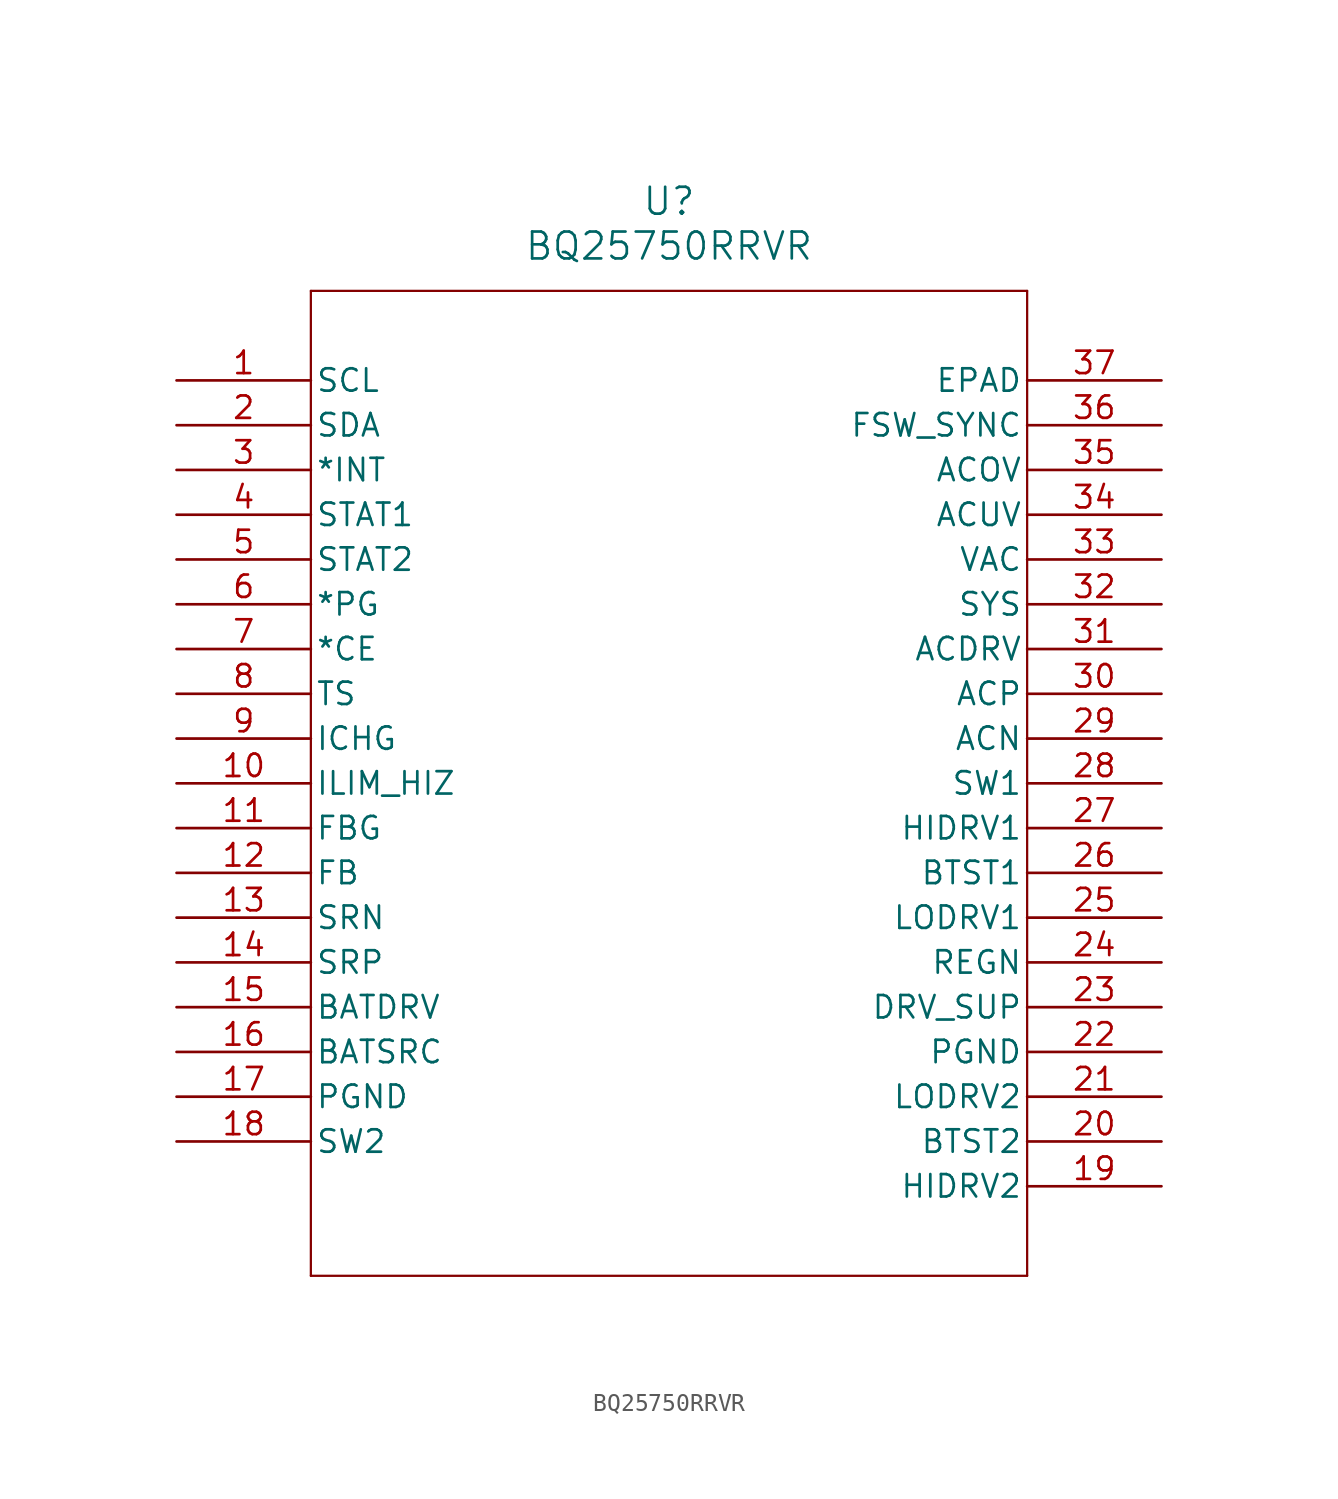
<source format=kicad_sym>
(kicad_symbol_lib
  (version 20211014)
  (generator kicad_symbol_editor)
  (symbol "BQ25750RRVR"
    (pin_names
      (offset 0.254))
    (property "Reference" "U"
      (at 27.94 10.16 0)
      (effects (font (size 1.524 1.524))))
    (property "Value" "BQ25750RRVR"
      (at 27.94 7.62 0)
      (effects (font (size 1.524 1.524))))
    (symbol "BQ25750RRVR_0_1"
      (polyline (pts (xy 7.62 5.08) (xy 7.62 -50.8)) (stroke (width 0.127) (type default) (color 0 0 0 0)) (fill (type none)))
      (polyline (pts (xy 7.62 -50.8) (xy 48.26 -50.8)) (stroke (width 0.127) (type default) (color 0 0 0 0)) (fill (type none)))
      (polyline (pts (xy 48.26 -50.8) (xy 48.26 5.08)) (stroke (width 0.127) (type default) (color 0 0 0 0)) (fill (type none)))
      (polyline (pts (xy 48.26 5.08) (xy 7.62 5.08)) (stroke (width 0.127) (type default) (color 0 0 0 0)) (fill (type none)))
      (pin input line (at 0 0 0) (length 7.62) (name "SCL" (effects (font (size 1.27 1.27)))) (number "1" (effects (font (size 1.27 1.27)))))
      (pin bidirectional line (at 0 -2.54 0) (length 7.62) (name "SDA" (effects (font (size 1.27 1.27)))) (number "2" (effects (font (size 1.27 1.27)))))
      (pin output line (at 0 -5.08 0) (length 7.62) (name "*INT" (effects (font (size 1.27 1.27)))) (number "3" (effects (font (size 1.27 1.27)))))
      (pin output line (at 0 -7.62 0) (length 7.62) (name "STAT1" (effects (font (size 1.27 1.27)))) (number "4" (effects (font (size 1.27 1.27)))))
      (pin output line (at 0 -10.16 0) (length 7.62) (name "STAT2" (effects (font (size 1.27 1.27)))) (number "5" (effects (font (size 1.27 1.27)))))
      (pin output line (at 0 -12.7 0) (length 7.62) (name "*PG" (effects (font (size 1.27 1.27)))) (number "6" (effects (font (size 1.27 1.27)))))
      (pin bidirectional line (at 0 -15.24 0) (length 7.62) (name "*CE" (effects (font (size 1.27 1.27)))) (number "7" (effects (font (size 1.27 1.27)))))
      (pin input line (at 0 -17.78 0) (length 7.62) (name "TS" (effects (font (size 1.27 1.27)))) (number "8" (effects (font (size 1.27 1.27)))))
      (pin input line (at 0 -20.32 0) (length 7.62) (name "ICHG" (effects (font (size 1.27 1.27)))) (number "9" (effects (font (size 1.27 1.27)))))
      (pin input line (at 0 -22.86 0) (length 7.62) (name "ILIM_HIZ" (effects (font (size 1.27 1.27)))) (number "10" (effects (font (size 1.27 1.27)))))
      (pin input line (at 0 -25.4 0) (length 7.62) (name "FBG" (effects (font (size 1.27 1.27)))) (number "11" (effects (font (size 1.27 1.27)))))
      (pin input line (at 0 -27.94 0) (length 7.62) (name "FB" (effects (font (size 1.27 1.27)))) (number "12" (effects (font (size 1.27 1.27)))))
      (pin input line (at 0 -30.48 0) (length 7.62) (name "SRN" (effects (font (size 1.27 1.27)))) (number "13" (effects (font (size 1.27 1.27)))))
      (pin input line (at 0 -33.02 0) (length 7.62) (name "SRP" (effects (font (size 1.27 1.27)))) (number "14" (effects (font (size 1.27 1.27)))))
      (pin output line (at 0 -35.56 0) (length 7.62) (name "BATDRV" (effects (font (size 1.27 1.27)))) (number "15" (effects (font (size 1.27 1.27)))))
      (pin input line (at 0 -38.1 0) (length 7.62) (name "BATSRC" (effects (font (size 1.27 1.27)))) (number "16" (effects (font (size 1.27 1.27)))))
      (pin power_out line (at 0 -40.64 0) (length 7.62) (name "PGND" (effects (font (size 1.27 1.27)))) (number "17" (effects (font (size 1.27 1.27)))))
      (pin power_in line (at 0 -43.18 0) (length 7.62) (name "SW2" (effects (font (size 1.27 1.27)))) (number "18" (effects (font (size 1.27 1.27)))))
      (pin output line (at 55.88 -45.72 180) (length 7.62) (name "HIDRV2" (effects (font (size 1.27 1.27)))) (number "19" (effects (font (size 1.27 1.27)))))
      (pin power_in line (at 55.88 -43.18 180) (length 7.62) (name "BTST2" (effects (font (size 1.27 1.27)))) (number "20" (effects (font (size 1.27 1.27)))))
      (pin output line (at 55.88 -40.64 180) (length 7.62) (name "LODRV2" (effects (font (size 1.27 1.27)))) (number "21" (effects (font (size 1.27 1.27)))))
      (pin power_in line (at 55.88 -38.1 180) (length 7.62) (name "PGND" (effects (font (size 1.27 1.27)))) (number "22" (effects (font (size 1.27 1.27)))))
      (pin power_in line (at 55.88 -35.56 180) (length 7.62) (name "DRV_SUP" (effects (font (size 1.27 1.27)))) (number "23" (effects (font (size 1.27 1.27)))))
      (pin power_in line (at 55.88 -33.02 180) (length 7.62) (name "REGN" (effects (font (size 1.27 1.27)))) (number "24" (effects (font (size 1.27 1.27)))))
      (pin output line (at 55.88 -30.48 180) (length 7.62) (name "LODRV1" (effects (font (size 1.27 1.27)))) (number "25" (effects (font (size 1.27 1.27)))))
      (pin power_in line (at 55.88 -27.94 180) (length 7.62) (name "BTST1" (effects (font (size 1.27 1.27)))) (number "26" (effects (font (size 1.27 1.27)))))
      (pin output line (at 55.88 -25.4 180) (length 7.62) (name "HIDRV1" (effects (font (size 1.27 1.27)))) (number "27" (effects (font (size 1.27 1.27)))))
      (pin power_in line (at 55.88 -22.86 180) (length 7.62) (name "SW1" (effects (font (size 1.27 1.27)))) (number "28" (effects (font (size 1.27 1.27)))))
      (pin input line (at 55.88 -20.32 180) (length 7.62) (name "ACN" (effects (font (size 1.27 1.27)))) (number "29" (effects (font (size 1.27 1.27)))))
      (pin input line (at 55.88 -17.78 180) (length 7.62) (name "ACP" (effects (font (size 1.27 1.27)))) (number "30" (effects (font (size 1.27 1.27)))))
      (pin output line (at 55.88 -15.24 180) (length 7.62) (name "ACDRV" (effects (font (size 1.27 1.27)))) (number "31" (effects (font (size 1.27 1.27)))))
      (pin input line (at 55.88 -12.7 180) (length 7.62) (name "SYS" (effects (font (size 1.27 1.27)))) (number "32" (effects (font (size 1.27 1.27)))))
      (pin input line (at 55.88 -10.16 180) (length 7.62) (name "VAC" (effects (font (size 1.27 1.27)))) (number "33" (effects (font (size 1.27 1.27)))))
      (pin input line (at 55.88 -7.62 180) (length 7.62) (name "ACUV" (effects (font (size 1.27 1.27)))) (number "34" (effects (font (size 1.27 1.27)))))
      (pin input line (at 55.88 -5.08 180) (length 7.62) (name "ACOV" (effects (font (size 1.27 1.27)))) (number "35" (effects (font (size 1.27 1.27)))))
      (pin power_in line (at 55.88 -2.54 180) (length 7.62) (name "FSW_SYNC" (effects (font (size 1.27 1.27)))) (number "36" (effects (font (size 1.27 1.27)))))
      (pin power_out line (at 55.88 0 180) (length 7.62) (name "EPAD" (effects (font (size 1.27 1.27)))) (number "37" (effects (font (size 1.27 1.27))))))))
</source>
